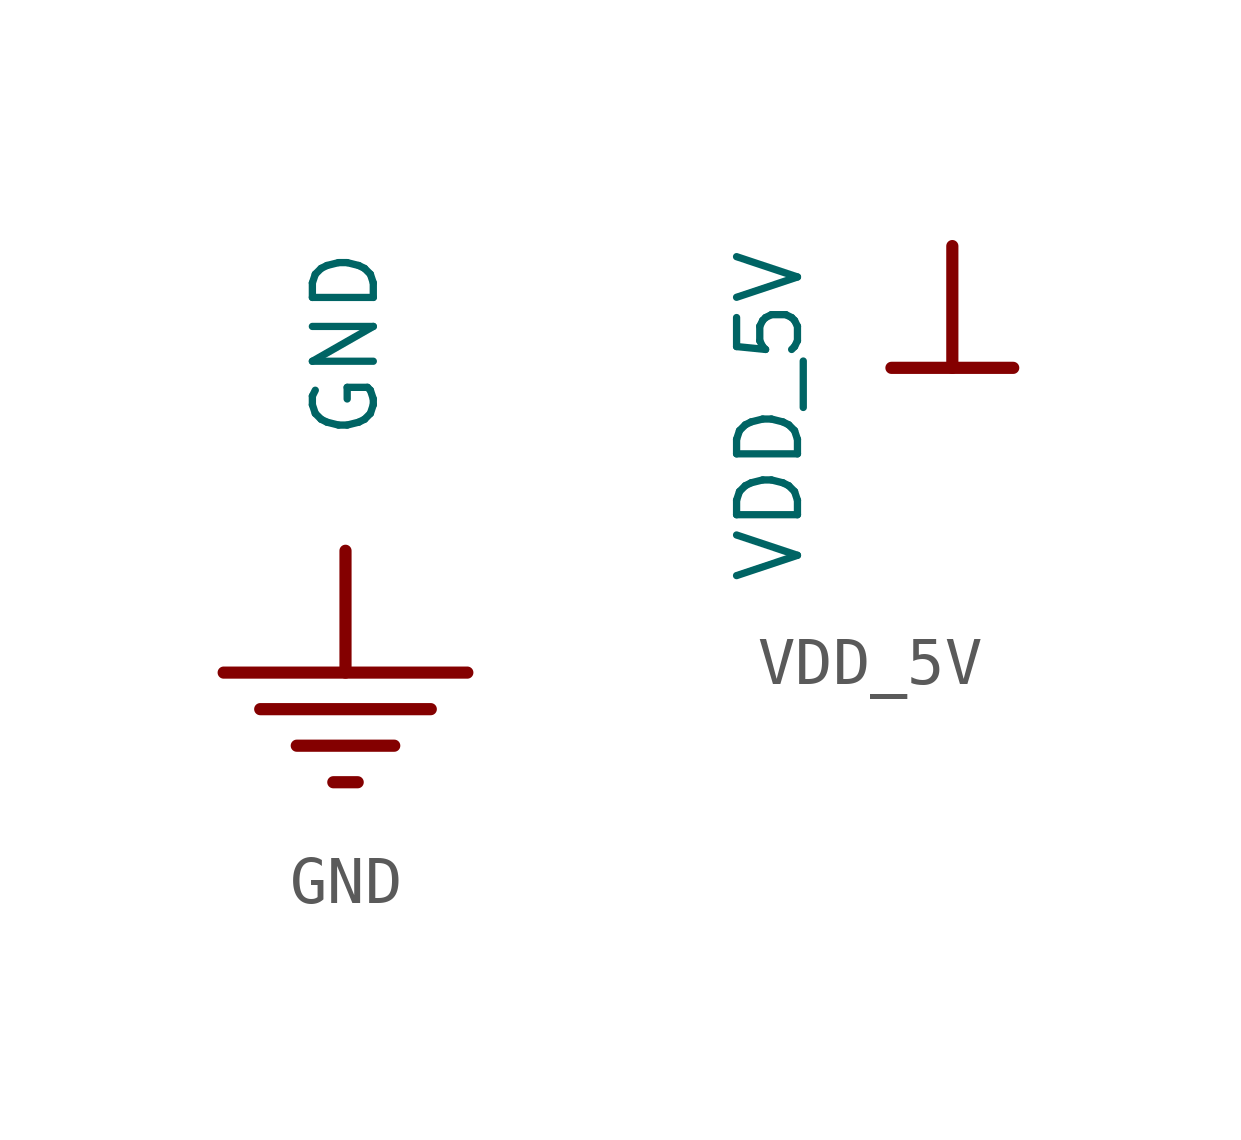
<source format=kicad_sym>
(kicad_symbol_lib
  (version 20231120)
  (generator "kicad_symbol_editor")
  (generator_version "8.0")
  (symbol "GND"
    (power)
    (property "Reference" "#PWR04"
      (at 0 0 0)
      (effects (font (size 1.27 1.27)) (hide yes)))
    (property "Value" "GND"
      (at 0 6.35 90)
      (effects (font (size 1.27 1.27)) (justify right)))
    (symbol "GND_0_0"
      (polyline (pts (xy -2.54 -2.54) (xy 2.54 -2.54)) (stroke (width 0.254) (type default)) (fill (type none)))
      (polyline (pts (xy -1.778 -3.302) (xy 1.778 -3.302)) (stroke (width 0.254) (type default)) (fill (type none)))
      (polyline (pts (xy -1.016 -4.064) (xy 1.016 -4.064)) (stroke (width 0.254) (type default)) (fill (type none)))
      (polyline (pts (xy -0.254 -4.826) (xy 0.254 -4.826)) (stroke (width 0.254) (type default)) (fill (type none)))
      (polyline (pts (xy 0 0) (xy 0 -2.54)) (stroke (width 0.254) (type default)) (fill (type none)))
      (pin power_in line (at 0 0 0) (length 0) hide (name "GND" (effects (font (size 1.27 1.27)))) (number "" (effects (font (size 1.27 1.27)))))))
  (symbol "VDD_5V"
    (power)
    (property "Reference" "#PWR05"
      (at 0 0 0)
      (effects (font (size 1.27 1.27)) (hide yes)))
    (property "Value" "VDD_5V"
      (at -3.81 0 90)
      (effects (font (size 1.27 1.27)) (justify right)))
    (symbol "VDD_5V_0_0"
      (polyline (pts (xy -1.27 -2.54) (xy 1.27 -2.54)) (stroke (width 0.254) (type default)) (fill (type none)))
      (polyline (pts (xy 0 0) (xy 0 -2.54)) (stroke (width 0.254) (type default)) (fill (type none)))
      (pin power_in line (at 0 0 0) (length 0) hide (name "VDD_5V" (effects (font (size 1.27 1.27)))) (number "" (effects (font (size 1.27 1.27))))))))
</source>
